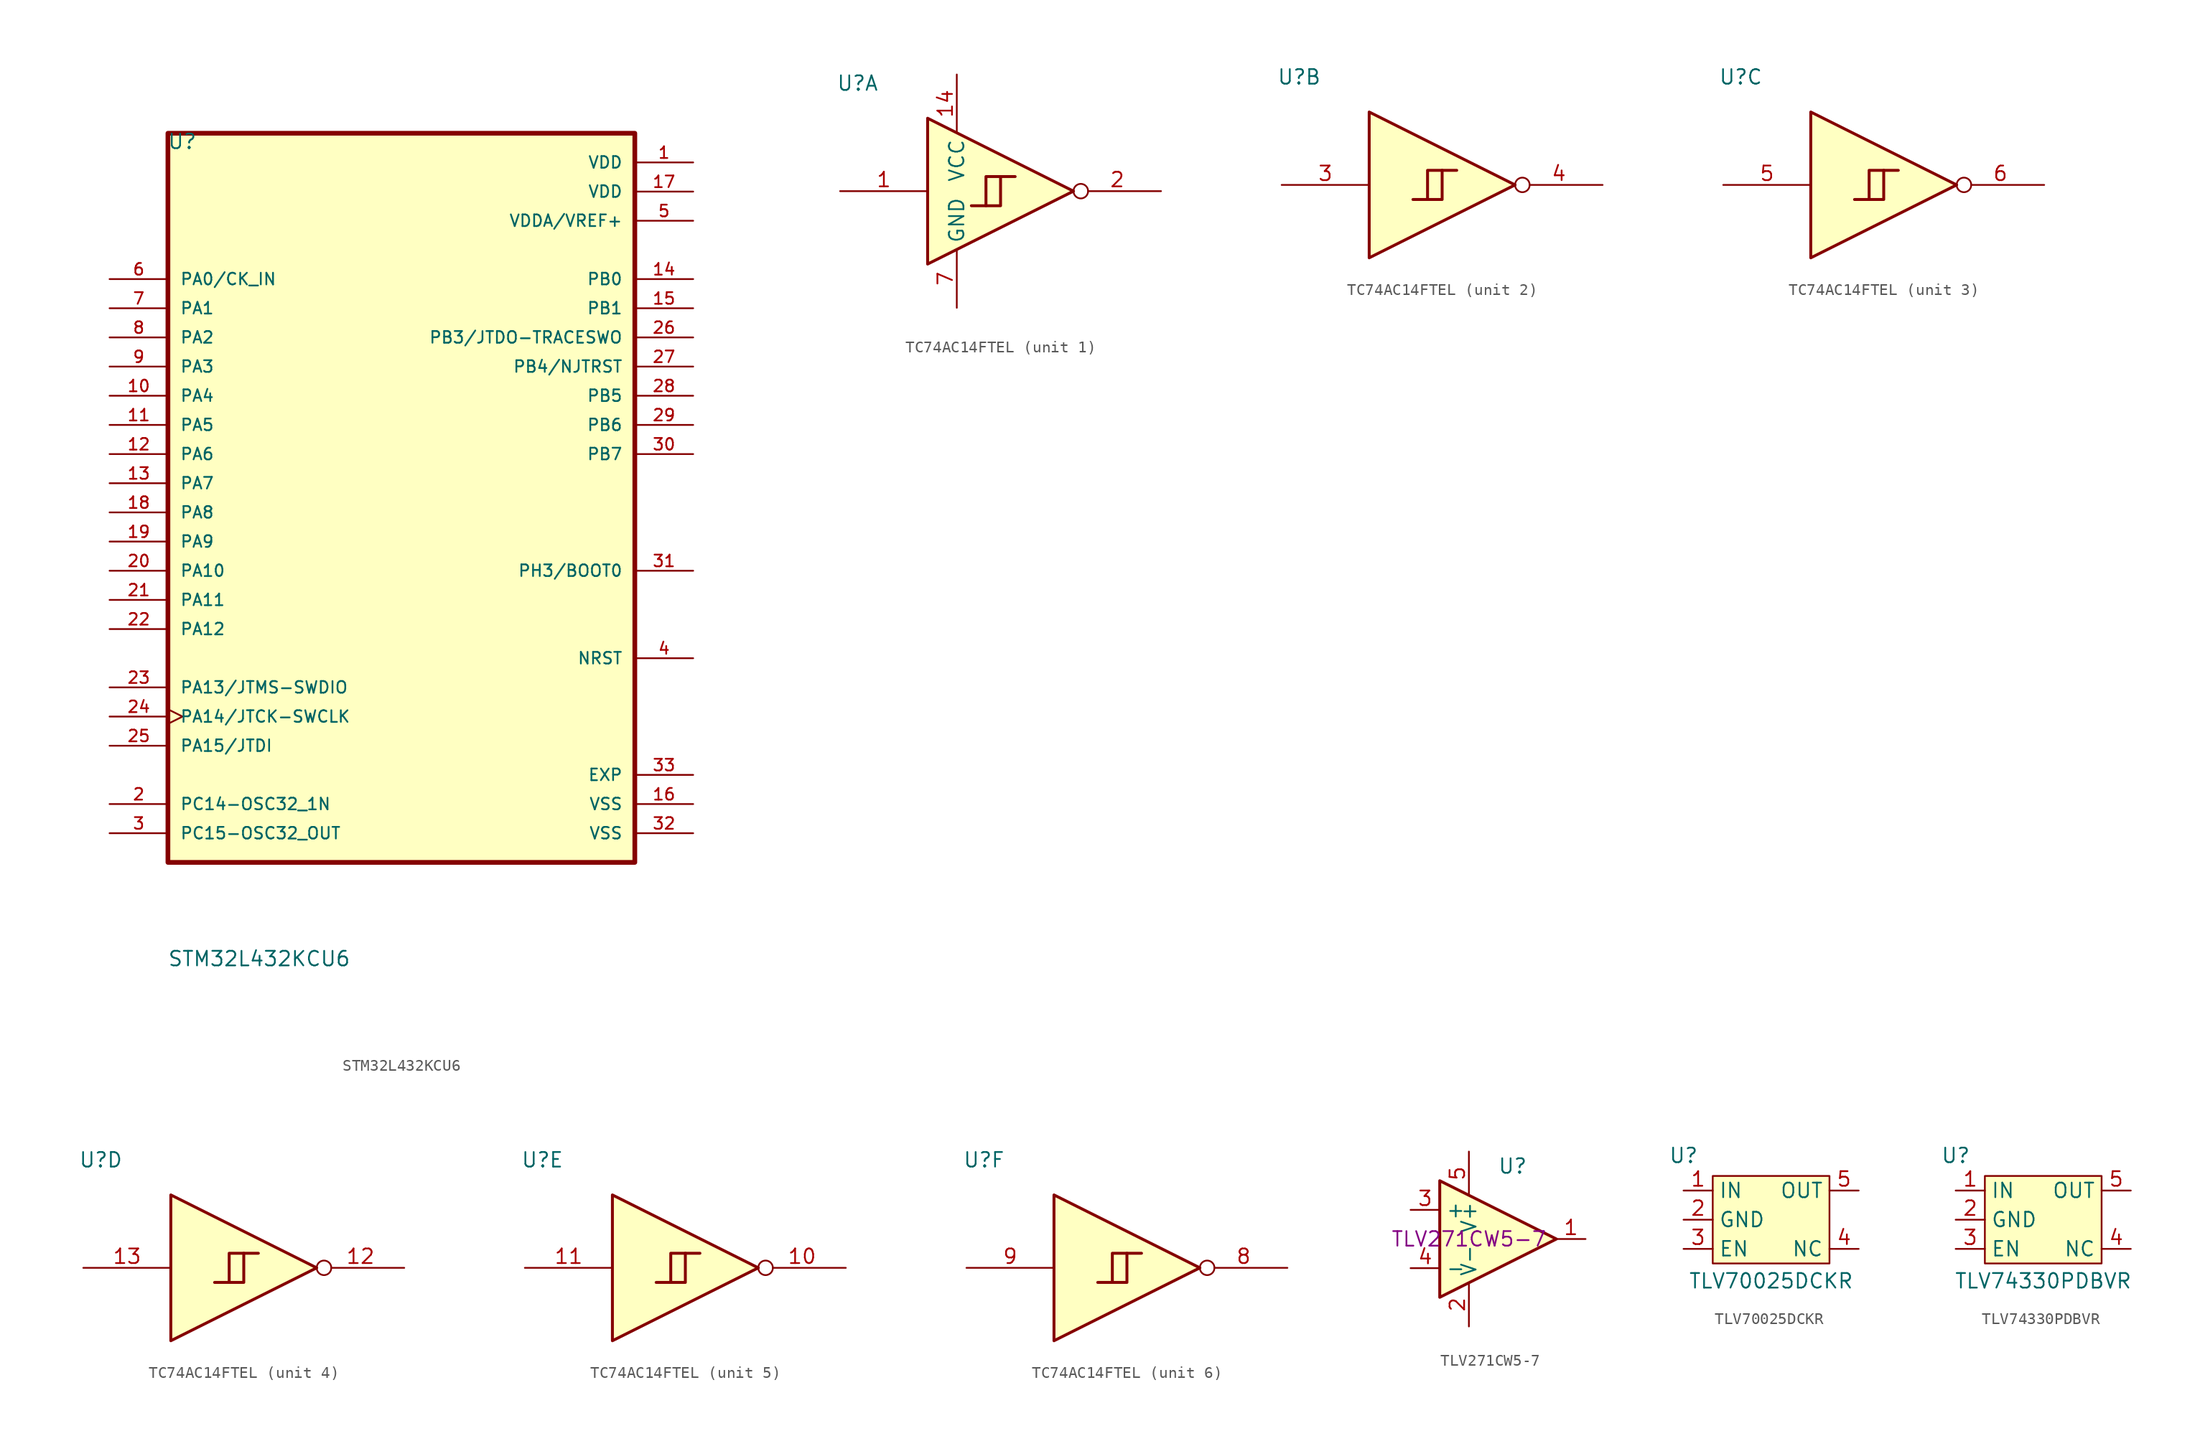
<source format=kicad_sym>
(kicad_symbol_lib
  (version 20241209)
  (generator "kicad_symbol_editor")
  (generator_version "9.0")
  (symbol "STM32L432KCU6"
    (pin_names
      (offset 1.016))
    (property "Reference" "U"
      (at -20.389 36.637 0)
      (effects (font (size 1.27 1.27)) (justify left bottom)))
    (property "Value" "STM32L432KCU6"
      (at -20.367 -34.535 0)
      (effects (font (size 1.27 1.27)) (justify left bottom)))
    (symbol "STM32L432KCU6_0_0"
      (rectangle (start -20.32 38.1) (end 20.32 -25.4) (stroke (width 0.41) (type default)) (fill (type background)))
      (pin bidirectional line (at -25.4 25.4 0) (length 5.08) (name "PA0/CK_IN" (effects (font (size 1.016 1.016)))) (number "6" (effects (font (size 1.016 1.016)))))
      (pin bidirectional line (at -25.4 22.86 0) (length 5.08) (name "PA1" (effects (font (size 1.016 1.016)))) (number "7" (effects (font (size 1.016 1.016)))))
      (pin bidirectional line (at -25.4 20.32 0) (length 5.08) (name "PA2" (effects (font (size 1.016 1.016)))) (number "8" (effects (font (size 1.016 1.016)))))
      (pin bidirectional line (at -25.4 17.78 0) (length 5.08) (name "PA3" (effects (font (size 1.016 1.016)))) (number "9" (effects (font (size 1.016 1.016)))))
      (pin bidirectional line (at -25.4 15.24 0) (length 5.08) (name "PA4" (effects (font (size 1.016 1.016)))) (number "10" (effects (font (size 1.016 1.016)))))
      (pin bidirectional line (at -25.4 12.7 0) (length 5.08) (name "PA5" (effects (font (size 1.016 1.016)))) (number "11" (effects (font (size 1.016 1.016)))))
      (pin bidirectional line (at -25.4 10.16 0) (length 5.08) (name "PA6" (effects (font (size 1.016 1.016)))) (number "12" (effects (font (size 1.016 1.016)))))
      (pin bidirectional line (at -25.4 7.62 0) (length 5.08) (name "PA7" (effects (font (size 1.016 1.016)))) (number "13" (effects (font (size 1.016 1.016)))))
      (pin bidirectional line (at -25.4 5.08 0) (length 5.08) (name "PA8" (effects (font (size 1.016 1.016)))) (number "18" (effects (font (size 1.016 1.016)))))
      (pin bidirectional line (at -25.4 2.54 0) (length 5.08) (name "PA9" (effects (font (size 1.016 1.016)))) (number "19" (effects (font (size 1.016 1.016)))))
      (pin bidirectional line (at -25.4 0 0) (length 5.08) (name "PA10" (effects (font (size 1.016 1.016)))) (number "20" (effects (font (size 1.016 1.016)))))
      (pin bidirectional line (at -25.4 -2.54 0) (length 5.08) (name "PA11" (effects (font (size 1.016 1.016)))) (number "21" (effects (font (size 1.016 1.016)))))
      (pin bidirectional line (at -25.4 -5.08 0) (length 5.08) (name "PA12" (effects (font (size 1.016 1.016)))) (number "22" (effects (font (size 1.016 1.016)))))
      (pin bidirectional line (at -25.4 -10.16 0) (length 5.08) (name "PA13/JTMS-SWDIO" (effects (font (size 1.016 1.016)))) (number "23" (effects (font (size 1.016 1.016)))))
      (pin bidirectional clock (at -25.4 -12.7 0) (length 5.08) (name "PA14/JTCK-SWCLK" (effects (font (size 1.016 1.016)))) (number "24" (effects (font (size 1.016 1.016)))))
      (pin bidirectional line (at -25.4 -15.24 0) (length 5.08) (name "PA15/JTDI" (effects (font (size 1.016 1.016)))) (number "25" (effects (font (size 1.016 1.016)))))
      (pin bidirectional line (at -25.4 -20.32 0) (length 5.08) (name "PC14-OSC32_1N" (effects (font (size 1.016 1.016)))) (number "2" (effects (font (size 1.016 1.016)))))
      (pin bidirectional line (at -25.4 -22.86 0) (length 5.08) (name "PC15-OSC32_OUT" (effects (font (size 1.016 1.016)))) (number "3" (effects (font (size 1.016 1.016)))))
      (pin power_in line (at 25.4 35.56 180) (length 5.08) (name "VDD" (effects (font (size 1.016 1.016)))) (number "1" (effects (font (size 1.016 1.016)))))
      (pin power_in line (at 25.4 33.02 180) (length 5.08) (name "VDD" (effects (font (size 1.016 1.016)))) (number "17" (effects (font (size 1.016 1.016)))))
      (pin power_in line (at 25.4 30.48 180) (length 5.08) (name "VDDA/VREF+" (effects (font (size 1.016 1.016)))) (number "5" (effects (font (size 1.016 1.016)))))
      (pin bidirectional line (at 25.4 25.4 180) (length 5.08) (name "PB0" (effects (font (size 1.016 1.016)))) (number "14" (effects (font (size 1.016 1.016)))))
      (pin bidirectional line (at 25.4 22.86 180) (length 5.08) (name "PB1" (effects (font (size 1.016 1.016)))) (number "15" (effects (font (size 1.016 1.016)))))
      (pin bidirectional line (at 25.4 20.32 180) (length 5.08) (name "PB3/JTDO-TRACESWO" (effects (font (size 1.016 1.016)))) (number "26" (effects (font (size 1.016 1.016)))))
      (pin bidirectional line (at 25.4 17.78 180) (length 5.08) (name "PB4/NJTRST" (effects (font (size 1.016 1.016)))) (number "27" (effects (font (size 1.016 1.016)))))
      (pin bidirectional line (at 25.4 15.24 180) (length 5.08) (name "PB5" (effects (font (size 1.016 1.016)))) (number "28" (effects (font (size 1.016 1.016)))))
      (pin bidirectional line (at 25.4 12.7 180) (length 5.08) (name "PB6" (effects (font (size 1.016 1.016)))) (number "29" (effects (font (size 1.016 1.016)))))
      (pin bidirectional line (at 25.4 10.16 180) (length 5.08) (name "PB7" (effects (font (size 1.016 1.016)))) (number "30" (effects (font (size 1.016 1.016)))))
      (pin bidirectional line (at 25.4 0 180) (length 5.08) (name "PH3/BOOT0" (effects (font (size 1.016 1.016)))) (number "31" (effects (font (size 1.016 1.016)))))
      (pin bidirectional line (at 25.4 -7.62 180) (length 5.08) (name "NRST" (effects (font (size 1.016 1.016)))) (number "4" (effects (font (size 1.016 1.016)))))
      (pin power_in line (at 25.4 -17.78 180) (length 5.08) (name "EXP" (effects (font (size 1.016 1.016)))) (number "33" (effects (font (size 1.016 1.016)))))
      (pin power_in line (at 25.4 -20.32 180) (length 5.08) (name "VSS" (effects (font (size 1.016 1.016)))) (number "16" (effects (font (size 1.016 1.016)))))
      (pin power_in line (at 25.4 -22.86 180) (length 5.08) (name "VSS" (effects (font (size 1.016 1.016)))) (number "32" (effects (font (size 1.016 1.016)))))))
  (symbol "TC74AC14FTEL"
    (property "Reference" "U"
      (at 1.524 9.398 0)
      (effects (font (size 1.27 1.27))))
    (property "ki_locked" ""
      (at 0 0 0)
      (effects (font (size 1.27 1.27))))
    (symbol "TC74AC14FTEL_0_1"
      (polyline (pts (xy 7.62 6.35) (xy 7.62 -6.35) (xy 20.32 0) (xy 7.62 6.35)) (stroke (width 0.254) (type default)) (fill (type background))))
    (symbol "TC74AC14FTEL_1_1"
      (polyline (pts (xy 11.43 -1.27) (xy 13.97 -1.27) (xy 13.97 1.27)) (stroke (width 0.254) (type default)) (fill (type none)))
      (polyline (pts (xy 12.7 -1.27) (xy 12.7 1.27) (xy 15.24 1.27)) (stroke (width 0.254) (type default)) (fill (type none)))
      (pin passive line (at 0 0 0) (length 7.62) (name "~" (effects (font (size 1.27 1.27)))) (number "1" (effects (font (size 1.27 1.27)))))
      (pin passive line (at 10.16 10.16 270) (length 5.08) (name "VCC" (effects (font (size 1.27 1.27)))) (number "14" (effects (font (size 1.27 1.27)))))
      (pin passive line (at 10.16 -10.16 90) (length 5.08) (name "GND" (effects (font (size 1.27 1.27)))) (number "7" (effects (font (size 1.27 1.27)))))
      (pin passive inverted (at 27.94 0 180) (length 7.62) (name "~" (effects (font (size 1.27 1.27)))) (number "2" (effects (font (size 1.27 1.27))))))
    (symbol "TC74AC14FTEL_2_1"
      (polyline (pts (xy 11.43 -1.27) (xy 13.97 -1.27) (xy 13.97 1.27)) (stroke (width 0.254) (type default)) (fill (type none)))
      (polyline (pts (xy 12.7 -1.27) (xy 12.7 1.27) (xy 15.24 1.27)) (stroke (width 0.254) (type default)) (fill (type none)))
      (pin passive line (at 0 0 0) (length 7.62) (name "~" (effects (font (size 1.27 1.27)))) (number "3" (effects (font (size 1.27 1.27)))))
      (pin passive inverted (at 27.94 0 180) (length 7.62) (name "~" (effects (font (size 1.27 1.27)))) (number "4" (effects (font (size 1.27 1.27))))))
    (symbol "TC74AC14FTEL_3_1"
      (polyline (pts (xy 11.43 -1.27) (xy 13.97 -1.27) (xy 13.97 1.27)) (stroke (width 0.254) (type default)) (fill (type none)))
      (polyline (pts (xy 12.7 -1.27) (xy 12.7 1.27) (xy 15.24 1.27)) (stroke (width 0.254) (type default)) (fill (type none)))
      (pin passive line (at 0 0 0) (length 7.62) (name "~" (effects (font (size 1.27 1.27)))) (number "5" (effects (font (size 1.27 1.27)))))
      (pin passive inverted (at 27.94 0 180) (length 7.62) (name "~" (effects (font (size 1.27 1.27)))) (number "6" (effects (font (size 1.27 1.27))))))
    (symbol "TC74AC14FTEL_4_1"
      (polyline (pts (xy 11.43 -1.27) (xy 13.97 -1.27) (xy 13.97 1.27)) (stroke (width 0.254) (type default)) (fill (type none)))
      (polyline (pts (xy 12.7 -1.27) (xy 12.7 1.27) (xy 15.24 1.27)) (stroke (width 0.254) (type default)) (fill (type none)))
      (pin passive line (at 0 0 0) (length 7.62) (name "~" (effects (font (size 1.27 1.27)))) (number "13" (effects (font (size 1.27 1.27)))))
      (pin passive inverted (at 27.94 0 180) (length 7.62) (name "~" (effects (font (size 1.27 1.27)))) (number "12" (effects (font (size 1.27 1.27))))))
    (symbol "TC74AC14FTEL_5_1"
      (polyline (pts (xy 11.43 -1.27) (xy 13.97 -1.27) (xy 13.97 1.27)) (stroke (width 0.254) (type default)) (fill (type none)))
      (polyline (pts (xy 12.7 -1.27) (xy 12.7 1.27) (xy 15.24 1.27)) (stroke (width 0.254) (type default)) (fill (type none)))
      (pin passive line (at 0 0 0) (length 7.62) (name "~" (effects (font (size 1.27 1.27)))) (number "11" (effects (font (size 1.27 1.27)))))
      (pin passive inverted (at 27.94 0 180) (length 7.62) (name "~" (effects (font (size 1.27 1.27)))) (number "10" (effects (font (size 1.27 1.27))))))
    (symbol "TC74AC14FTEL_6_1"
      (polyline (pts (xy 11.43 -1.27) (xy 13.97 -1.27) (xy 13.97 1.27)) (stroke (width 0.254) (type default)) (fill (type none)))
      (polyline (pts (xy 12.7 -1.27) (xy 12.7 1.27) (xy 15.24 1.27)) (stroke (width 0.254) (type default)) (fill (type none)))
      (pin passive line (at 0 0 0) (length 7.62) (name "~" (effects (font (size 1.27 1.27)))) (number "9" (effects (font (size 1.27 1.27)))))
      (pin passive inverted (at 27.94 0 180) (length 7.62) (name "~" (effects (font (size 1.27 1.27)))) (number "8" (effects (font (size 1.27 1.27)))))))
  (symbol "TLV271CW5-7"
    (property "Reference" "U"
      (at 3.81 6.35 0)
      (effects (font (size 1.27 1.27))))
    (property "PartNumber" "TLV271CW5-7"
      (at 0 0 0)
      (effects (font (size 1.27 1.27))))
    (symbol "TLV271CW5-7_0_1"
      (polyline (pts (xy -2.54 5.08) (xy 7.62 0) (xy -2.54 -5.08) (xy -2.54 5.08)) (stroke (width 0.254) (type default)) (fill (type background)))
      (pin power_in line (at 0 7.62 270) (length 3.81) (name "V+" (effects (font (size 1.27 1.27)))) (number "5" (effects (font (size 1.27 1.27)))))
      (pin power_in line (at 0 -7.62 90) (length 3.81) (name "V-" (effects (font (size 1.27 1.27)))) (number "2" (effects (font (size 1.27 1.27))))))
    (symbol "TLV271CW5-7_1_1"
      (pin input line (at -5.08 2.54 0) (length 2.54) (name "+" (effects (font (size 1.27 1.27)))) (number "3" (effects (font (size 1.27 1.27)))))
      (pin input line (at -5.08 -2.54 0) (length 2.54) (name "-" (effects (font (size 1.27 1.27)))) (number "4" (effects (font (size 1.27 1.27)))))
      (pin output line (at 10.16 0 180) (length 2.54) (name "~" (effects (font (size 1.27 1.27)))) (number "1" (effects (font (size 1.27 1.27)))))))
  (symbol "TLV70025DCKR"
    (property "Reference" "U"
      (at 0 3.048 0)
      (effects (font (size 1.27 1.27))))
    (property "Value" "TLV70025DCKR"
      (at 7.62 -7.874 0)
      (effects (font (size 1.27 1.27))))
    (symbol "TLV70025DCKR_1_1"
      (rectangle (start 2.54 1.27) (end 12.7 -6.35) (stroke (width 0) (type default)) (fill (type background)))
      (pin passive line (at 0 0 0) (length 2.54) (name "IN" (effects (font (size 1.27 1.27)))) (number "1" (effects (font (size 1.27 1.27)))))
      (pin passive line (at 0 -2.54 0) (length 2.54) (name "GND" (effects (font (size 1.27 1.27)))) (number "2" (effects (font (size 1.27 1.27)))))
      (pin passive line (at 0 -5.08 0) (length 2.54) (name "EN" (effects (font (size 1.27 1.27)))) (number "3" (effects (font (size 1.27 1.27)))))
      (pin passive line (at 15.24 0 180) (length 2.54) (name "OUT" (effects (font (size 1.27 1.27)))) (number "5" (effects (font (size 1.27 1.27)))))
      (pin passive line (at 15.24 -5.08 180) (length 2.54) (name "NC" (effects (font (size 1.27 1.27)))) (number "4" (effects (font (size 1.27 1.27)))))))
  (symbol "TLV74330PDBVR"
    (property "Reference" "U"
      (at 0 3.048 0)
      (effects (font (size 1.27 1.27))))
    (property "Value" "TLV74330PDBVR"
      (at 7.62 -7.874 0)
      (effects (font (size 1.27 1.27))))
    (symbol "TLV74330PDBVR_1_1"
      (rectangle (start 2.54 1.27) (end 12.7 -6.35) (stroke (width 0) (type default)) (fill (type background)))
      (pin passive line (at 0 0 0) (length 2.54) (name "IN" (effects (font (size 1.27 1.27)))) (number "1" (effects (font (size 1.27 1.27)))))
      (pin passive line (at 0 -2.54 0) (length 2.54) (name "GND" (effects (font (size 1.27 1.27)))) (number "2" (effects (font (size 1.27 1.27)))))
      (pin passive line (at 0 -5.08 0) (length 2.54) (name "EN" (effects (font (size 1.27 1.27)))) (number "3" (effects (font (size 1.27 1.27)))))
      (pin passive line (at 15.24 0 180) (length 2.54) (name "OUT" (effects (font (size 1.27 1.27)))) (number "5" (effects (font (size 1.27 1.27)))))
      (pin passive line (at 15.24 -5.08 180) (length 2.54) (name "NC" (effects (font (size 1.27 1.27)))) (number "4" (effects (font (size 1.27 1.27))))))))
</source>
